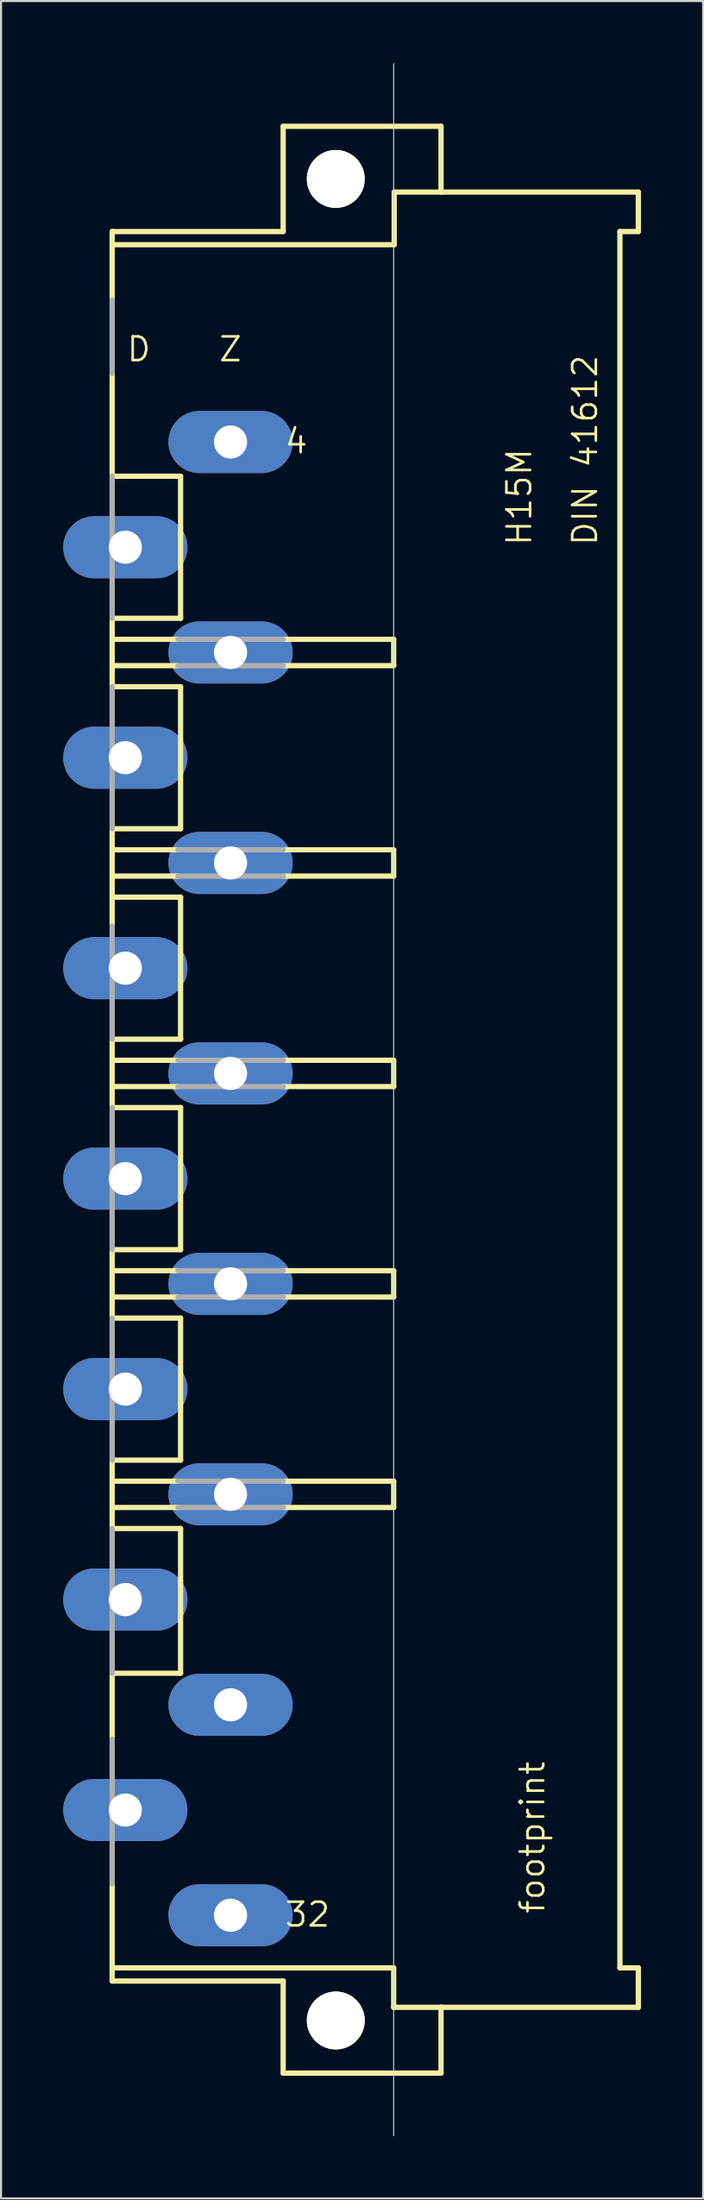
<source format=kicad_pcb>
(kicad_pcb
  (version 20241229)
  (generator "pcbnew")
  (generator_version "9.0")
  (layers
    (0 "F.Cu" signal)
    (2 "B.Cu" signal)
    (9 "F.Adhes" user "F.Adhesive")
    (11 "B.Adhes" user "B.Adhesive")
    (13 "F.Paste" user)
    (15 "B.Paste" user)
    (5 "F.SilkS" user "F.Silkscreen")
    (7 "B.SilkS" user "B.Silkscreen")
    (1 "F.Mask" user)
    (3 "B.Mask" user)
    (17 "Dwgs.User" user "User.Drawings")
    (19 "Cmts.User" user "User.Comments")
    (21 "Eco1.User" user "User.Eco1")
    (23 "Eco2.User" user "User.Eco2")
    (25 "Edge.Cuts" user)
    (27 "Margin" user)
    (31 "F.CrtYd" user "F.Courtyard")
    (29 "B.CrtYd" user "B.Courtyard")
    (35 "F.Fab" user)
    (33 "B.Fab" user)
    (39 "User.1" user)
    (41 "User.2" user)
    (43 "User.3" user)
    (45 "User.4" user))
  (footprint "footprint"
    (layer "F.Cu")
    (at 13.16 50.038)
    (property "Reference" "footprint" (at 10.16 39.37 90) (layer "F.SilkS") (effects (font (size 1.143 1.143) (thickness 0.127)) (justify left bottom)))
    (fp_line (start -10.795 -41.275) (end -10.795 -41.91) (stroke (width 0.254) (type solid)) (layer "F.SilkS"))
    (fp_line (start -10.795 -30.099) (end -10.795 -41.275) (stroke (width 0.254) (type solid)) (layer "F.SilkS"))
    (fp_line (start -10.795 -30.099) (end -7.493 -30.099) (stroke (width 0.254) (type solid)) (layer "F.SilkS"))
    (fp_line (start -10.795 -23.241) (end -7.493 -23.241) (stroke (width 0.254) (type solid)) (layer "F.SilkS"))
    (fp_line (start -10.795 -22.225) (end -10.795 -23.241) (stroke (width 0.254) (type solid)) (layer "F.SilkS"))
    (fp_line (start -10.795 -22.225) (end -7.62 -22.225) (stroke (width 0.254) (type solid)) (layer "F.SilkS"))
    (fp_line (start -10.795 -20.955) (end -10.795 -22.225) (stroke (width 0.254) (type solid)) (layer "F.SilkS"))
    (fp_line (start -10.795 -20.955) (end -7.62 -20.955) (stroke (width 0.254) (type solid)) (layer "F.SilkS"))
    (fp_line (start -10.795 -19.939) (end -10.795 -20.955) (stroke (width 0.254) (type solid)) (layer "F.SilkS"))
    (fp_line (start -10.795 -19.939) (end -7.493 -19.939) (stroke (width 0.254) (type solid)) (layer "F.SilkS"))
    (fp_line (start -10.795 -13.081) (end -7.493 -13.081) (stroke (width 0.254) (type solid)) (layer "F.SilkS"))
    (fp_line (start -10.795 -12.065) (end -10.795 -13.081) (stroke (width 0.254) (type solid)) (layer "F.SilkS"))
    (fp_line (start -10.795 -12.065) (end -7.62 -12.065) (stroke (width 0.254) (type solid)) (layer "F.SilkS"))
    (fp_line (start -10.795 -10.795) (end -10.795 -12.065) (stroke (width 0.254) (type solid)) (layer "F.SilkS"))
    (fp_line (start -10.795 -10.795) (end -7.62 -10.795) (stroke (width 0.254) (type solid)) (layer "F.SilkS"))
    (fp_line (start -10.795 -9.779) (end -10.795 -10.795) (stroke (width 0.254) (type solid)) (layer "F.SilkS"))
    (fp_line (start -10.795 -9.779) (end -10.795 -8.382) (stroke (width 0.254) (type solid)) (layer "F.SilkS"))
    (fp_line (start -10.795 -9.779) (end -7.493 -9.779) (stroke (width 0.254) (type solid)) (layer "F.SilkS"))
    (fp_line (start -10.795 -2.921) (end -7.493 -2.921) (stroke (width 0.254) (type solid)) (layer "F.SilkS"))
    (fp_line (start -10.795 -1.905) (end -10.795 -2.921) (stroke (width 0.254) (type solid)) (layer "F.SilkS"))
    (fp_line (start -10.795 -1.905) (end -7.62 -1.905) (stroke (width 0.254) (type solid)) (layer "F.SilkS"))
    (fp_line (start -10.795 -0.635) (end -10.795 -1.905) (stroke (width 0.254) (type solid)) (layer "F.SilkS"))
    (fp_line (start -10.795 -0.635) (end -7.62 -0.635) (stroke (width 0.254) (type solid)) (layer "F.SilkS"))
    (fp_line (start -10.795 0.381) (end -10.795 -0.635) (stroke (width 0.254) (type solid)) (layer "F.SilkS"))
    (fp_line (start -10.795 0.381) (end -7.493 0.381) (stroke (width 0.254) (type solid)) (layer "F.SilkS"))
    (fp_line (start -10.795 7.239) (end -7.493 7.239) (stroke (width 0.254) (type solid)) (layer "F.SilkS"))
    (fp_line (start -10.795 8.255) (end -10.795 7.239) (stroke (width 0.254) (type solid)) (layer "F.SilkS"))
    (fp_line (start -10.795 8.255) (end -7.62 8.255) (stroke (width 0.254) (type solid)) (layer "F.SilkS"))
    (fp_line (start -10.795 9.525) (end -10.795 8.255) (stroke (width 0.254) (type solid)) (layer "F.SilkS"))
    (fp_line (start -10.795 9.525) (end -7.62 9.525) (stroke (width 0.254) (type solid)) (layer "F.SilkS"))
    (fp_line (start -10.795 10.541) (end -10.795 9.525) (stroke (width 0.254) (type solid)) (layer "F.SilkS"))
    (fp_line (start -10.795 10.541) (end -7.493 10.541) (stroke (width 0.254) (type solid)) (layer "F.SilkS"))
    (fp_line (start -10.795 17.399) (end -7.493 17.399) (stroke (width 0.254) (type solid)) (layer "F.SilkS"))
    (fp_line (start -10.795 18.415) (end -10.795 17.399) (stroke (width 0.254) (type solid)) (layer "F.SilkS"))
    (fp_line (start -10.795 18.415) (end -7.62 18.415) (stroke (width 0.254) (type solid)) (layer "F.SilkS"))
    (fp_line (start -10.795 19.685) (end -10.795 18.415) (stroke (width 0.254) (type solid)) (layer "F.SilkS"))
    (fp_line (start -10.795 19.685) (end -7.62 19.685) (stroke (width 0.254) (type solid)) (layer "F.SilkS"))
    (fp_line (start -10.795 20.701) (end -10.795 19.685) (stroke (width 0.254) (type solid)) (layer "F.SilkS"))
    (fp_line (start -10.795 20.701) (end -7.493 20.701) (stroke (width 0.254) (type solid)) (layer "F.SilkS"))
    (fp_line (start -10.795 27.686) (end -7.493 27.686) (stroke (width 0.254) (type solid)) (layer "F.SilkS"))
    (fp_line (start -10.795 30.861) (end -10.795 27.686) (stroke (width 0.254) (type solid)) (layer "F.SilkS"))
    (fp_line (start -10.795 41.91) (end -10.795 37.846) (stroke (width 0.254) (type solid)) (layer "F.SilkS"))
    (fp_line (start -10.795 41.91) (end 2.794 41.91) (stroke (width 0.254) (type solid)) (layer "F.SilkS"))
    (fp_line (start -10.795 42.545) (end -10.795 41.91) (stroke (width 0.254) (type solid)) (layer "F.SilkS"))
    (fp_line (start -7.493 -23.241) (end -7.493 -30.099) (stroke (width 0.254) (type solid)) (layer "F.SilkS"))
    (fp_line (start -7.493 -13.081) (end -7.493 -19.939) (stroke (width 0.254) (type solid)) (layer "F.SilkS"))
    (fp_line (start -7.493 -2.921) (end -7.493 -9.779) (stroke (width 0.254) (type solid)) (layer "F.SilkS"))
    (fp_line (start -7.493 7.239) (end -7.493 0.381) (stroke (width 0.254) (type solid)) (layer "F.SilkS"))
    (fp_line (start -7.493 17.399) (end -7.493 10.541) (stroke (width 0.254) (type solid)) (layer "F.SilkS"))
    (fp_line (start -7.493 27.686) (end -7.493 20.701) (stroke (width 0.254) (type solid)) (layer "F.SilkS"))
    (fp_line (start -2.54 -46.99) (end -2.54 -41.91) (stroke (width 0.254) (type solid)) (layer "F.SilkS"))
    (fp_line (start -2.54 -46.99) (end 5.08 -46.99) (stroke (width 0.254) (type solid)) (layer "F.SilkS"))
    (fp_line (start -2.54 -41.91) (end -10.795 -41.91) (stroke (width 0.254) (type solid)) (layer "F.SilkS"))
    (fp_line (start -2.54 -22.225) (end 2.794 -22.225) (stroke (width 0.254) (type solid)) (layer "F.SilkS"))
    (fp_line (start -2.54 -20.955) (end 2.794 -20.955) (stroke (width 0.254) (type solid)) (layer "F.SilkS"))
    (fp_line (start -2.54 -12.065) (end 2.794 -12.065) (stroke (width 0.254) (type solid)) (layer "F.SilkS"))
    (fp_line (start -2.54 -10.795) (end 2.794 -10.795) (stroke (width 0.254) (type solid)) (layer "F.SilkS"))
    (fp_line (start -2.54 -1.905) (end 2.794 -1.905) (stroke (width 0.254) (type solid)) (layer "F.SilkS"))
    (fp_line (start -2.54 -0.635) (end 2.794 -0.635) (stroke (width 0.254) (type solid)) (layer "F.SilkS"))
    (fp_line (start -2.54 8.255) (end 2.794 8.255) (stroke (width 0.254) (type solid)) (layer "F.SilkS"))
    (fp_line (start -2.54 9.525) (end 2.794 9.525) (stroke (width 0.254) (type solid)) (layer "F.SilkS"))
    (fp_line (start -2.54 18.415) (end 2.794 18.415) (stroke (width 0.254) (type solid)) (layer "F.SilkS"))
    (fp_line (start -2.54 19.685) (end 2.794 19.685) (stroke (width 0.254) (type solid)) (layer "F.SilkS"))
    (fp_line (start -2.54 42.545) (end -10.795 42.545) (stroke (width 0.254) (type solid)) (layer "F.SilkS"))
    (fp_line (start -2.54 42.545) (end -2.54 46.99) (stroke (width 0.254) (type solid)) (layer "F.SilkS"))
    (fp_line (start -2.54 46.99) (end 5.08 46.99) (stroke (width 0.254) (type solid)) (layer "F.SilkS"))
    (fp_line (start 2.794 -22.225) (end 2.794 -20.955) (stroke (width 0.254) (type solid)) (layer "F.SilkS"))
    (fp_line (start 2.794 -12.065) (end 2.794 -10.795) (stroke (width 0.254) (type solid)) (layer "F.SilkS"))
    (fp_line (start 2.794 -1.905) (end 2.794 -0.635) (stroke (width 0.254) (type solid)) (layer "F.SilkS"))
    (fp_line (start 2.794 8.255) (end 2.794 9.525) (stroke (width 0.254) (type solid)) (layer "F.SilkS"))
    (fp_line (start 2.794 18.415) (end 2.794 19.685) (stroke (width 0.254) (type solid)) (layer "F.SilkS"))
    (fp_line (start 2.794 41.91) (end 2.794 43.815) (stroke (width 0.254) (type solid)) (layer "F.SilkS"))
    (fp_line (start 2.794 43.815) (end 5.08 43.815) (stroke (width 0.254) (type solid)) (layer "F.SilkS"))
    (fp_line (start 2.819 -41.275) (end -10.795 -41.275) (stroke (width 0.254) (type solid)) (layer "F.SilkS"))
    (fp_line (start 2.819 -41.275) (end 2.819 -43.815) (stroke (width 0.254) (type solid)) (layer "F.SilkS"))
    (fp_line (start 5.08 -46.99) (end 5.08 -43.815) (stroke (width 0.254) (type solid)) (layer "F.SilkS"))
    (fp_line (start 5.08 -43.815) (end 2.819 -43.815) (stroke (width 0.254) (type solid)) (layer "F.SilkS"))
    (fp_line (start 5.08 -43.815) (end 14.605 -43.815) (stroke (width 0.254) (type solid)) (layer "F.SilkS"))
    (fp_line (start 5.08 43.815) (end 14.605 43.815) (stroke (width 0.254) (type solid)) (layer "F.SilkS"))
    (fp_line (start 5.08 46.99) (end 5.08 43.815) (stroke (width 0.254) (type solid)) (layer "F.SilkS"))
    (fp_line (start 13.716 -41.91) (end 13.716 41.91) (stroke (width 0.254) (type solid)) (layer "F.SilkS"))
    (fp_line (start 13.716 -41.91) (end 14.605 -41.91) (stroke (width 0.254) (type solid)) (layer "F.SilkS"))
    (fp_line (start 13.716 41.91) (end 14.605 41.91) (stroke (width 0.254) (type solid)) (layer "F.SilkS"))
    (fp_line (start 14.605 -43.815) (end 14.605 -41.91) (stroke (width 0.254) (type solid)) (layer "F.SilkS"))
    (fp_line (start 14.605 43.815) (end 14.605 41.91) (stroke (width 0.254) (type solid)) (layer "F.SilkS"))
    (fp_circle (center 0 -44.45) (end 1.27 -44.45) (stroke (width 0.254) (type solid)) (fill no) (layer "F.SilkS"))
    (fp_circle (center 0 44.45) (end 1.27 44.45) (stroke (width 0.254) (type solid)) (fill no) (layer "F.SilkS"))
    (fp_line (start 2.794 50.013) (end 2.794 -50.013) (stroke (width 0.05) (type solid)) (layer "Edge.Cuts"))
    (fp_line (start -10.795 -35.052) (end -10.795 -38.608) (stroke (width 0.254) (type solid)) (layer "F.Fab"))
    (fp_line (start -10.795 -23.241) (end -10.795 -30.099) (stroke (width 0.254) (type solid)) (layer "F.Fab"))
    (fp_line (start -10.795 -13.081) (end -10.795 -19.939) (stroke (width 0.254) (type solid)) (layer "F.Fab"))
    (fp_line (start -10.795 -2.921) (end -10.795 -8.382) (stroke (width 0.254) (type solid)) (layer "F.Fab"))
    (fp_line (start -10.795 7.239) (end -10.795 0.381) (stroke (width 0.254) (type solid)) (layer "F.Fab"))
    (fp_line (start -10.795 17.399) (end -10.795 10.541) (stroke (width 0.254) (type solid)) (layer "F.Fab"))
    (fp_line (start -10.795 27.686) (end -10.795 20.701) (stroke (width 0.254) (type solid)) (layer "F.Fab"))
    (fp_line (start -10.795 37.846) (end -10.795 30.861) (stroke (width 0.254) (type solid)) (layer "F.Fab"))
    (fp_line (start -7.62 -22.225) (end -2.54 -22.225) (stroke (width 0.254) (type solid)) (layer "F.Fab"))
    (fp_line (start -7.62 -20.955) (end -2.54 -20.955) (stroke (width 0.254) (type solid)) (layer "F.Fab"))
    (fp_line (start -7.62 -12.065) (end -2.54 -12.065) (stroke (width 0.254) (type solid)) (layer "F.Fab"))
    (fp_line (start -7.62 -10.795) (end -2.54 -10.795) (stroke (width 0.254) (type solid)) (layer "F.Fab"))
    (fp_line (start -7.62 -1.905) (end -2.54 -1.905) (stroke (width 0.254) (type solid)) (layer "F.Fab"))
    (fp_line (start -7.62 -0.635) (end -2.54 -0.635) (stroke (width 0.254) (type solid)) (layer "F.Fab"))
    (fp_line (start -7.62 8.255) (end -2.54 8.255) (stroke (width 0.254) (type solid)) (layer "F.Fab"))
    (fp_line (start -7.62 9.525) (end -2.54 9.525) (stroke (width 0.254) (type solid)) (layer "F.Fab"))
    (fp_line (start -7.62 18.415) (end -2.54 18.415) (stroke (width 0.254) (type solid)) (layer "F.Fab"))
    (fp_line (start -7.62 19.685) (end -2.54 19.685) (stroke (width 0.254) (type solid)) (layer "F.Fab"))
    (fp_text user "Z" (at -5.715 -35.56 0) (layer "F.SilkS") (effects (font (size 1.143 1.143) (thickness 0.127)) (justify left bottom)))
    (fp_text user "DIN 41612" (at 12.7 -26.67 90) (layer "F.SilkS") (effects (font (size 1.143 1.143) (thickness 0.127)) (justify left bottom)))
    (fp_text user "H15M" (at 9.525 -26.67 90) (layer "F.SilkS") (effects (font (size 1.143 1.143) (thickness 0.127)) (justify left bottom)))
    (fp_text user "4" (at -2.54 -31.115 0) (layer "F.SilkS") (effects (font (size 1.143 1.143) (thickness 0.127)) (justify left bottom)))
    (fp_text user "D" (at -10.16 -35.56 0) (layer "F.SilkS") (effects (font (size 1.143 1.143) (thickness 0.127)) (justify left bottom)))
    (fp_text user "32" (at -2.54 40.005 0) (layer "F.SilkS") (effects (font (size 1.143 1.143) (thickness 0.127)) (justify left bottom)))
    (pad "" np_thru_hole circle (at 0 -44.45) (size 2.794 2.794) (drill 2.794) (layers "*.Cu" "*.Mask"))
    (pad "" np_thru_hole circle (at 0 44.45) (size 2.794 2.794) (drill 2.794) (layers "*.Cu" "*.Mask"))
    (pad "D6" thru_hole oval (at -10.16 -26.67) (size 6 3) (drill 1.6) (layers "*.Cu" "*.Mask"))
    (pad "D10" thru_hole oval (at -10.16 -16.51) (size 6 3) (drill 1.6) (layers "*.Cu" "*.Mask"))
    (pad "D14" thru_hole oval (at -10.16 -6.35) (size 6 3) (drill 1.6) (layers "*.Cu" "*.Mask"))
    (pad "D18" thru_hole oval (at -10.16 3.81) (size 6 3) (drill 1.6) (layers "*.Cu" "*.Mask"))
    (pad "D22" thru_hole oval (at -10.16 13.97) (size 6 3) (drill 1.6) (layers "*.Cu" "*.Mask"))
    (pad "D26" thru_hole oval (at -10.16 24.13) (size 6 3) (drill 1.6) (layers "*.Cu" "*.Mask"))
    (pad "D30" thru_hole oval (at -10.16 34.29) (size 6 3) (drill 1.6) (layers "*.Cu" "*.Mask"))
    (pad "Z4" thru_hole oval (at -5.08 -31.75) (size 6 3) (drill 1.6) (layers "*.Cu" "*.Mask"))
    (pad "Z8" thru_hole oval (at -5.08 -21.59) (size 6 3) (drill 1.6) (layers "*.Cu" "*.Mask"))
    (pad "Z12" thru_hole oval (at -5.08 -11.43) (size 6 3) (drill 1.6) (layers "*.Cu" "*.Mask"))
    (pad "Z16" thru_hole oval (at -5.08 -1.27) (size 6 3) (drill 1.6) (layers "*.Cu" "*.Mask"))
    (pad "Z20" thru_hole oval (at -5.08 8.89) (size 6 3) (drill 1.6) (layers "*.Cu" "*.Mask"))
    (pad "Z24" thru_hole oval (at -5.08 19.05) (size 6 3) (drill 1.6) (layers "*.Cu" "*.Mask"))
    (pad "Z28" thru_hole oval (at -5.08 29.21) (size 6 3) (drill 1.6) (layers "*.Cu" "*.Mask"))
    (pad "Z32" thru_hole oval (at -5.08 39.37) (size 6 3) (drill 1.6) (layers "*.Cu" "*.Mask"))
    (zone (net_name "") (layers "F.Cu" "B.Cu") (hatch edge 0.508) (connect_pads) (min_thickness 0.254) (filled_areas_thickness no) (keepout (tracks allowed) (vias not_allowed) (pads allowed) (copperpour allowed) (footprints allowed)) (placement (enabled no)) (fill) (polygon (pts (xy 15.573 5.588) (xy 15.536 5.169) (xy 15.427 4.762) (xy 15.25 4.381) (xy 15.008 4.037) (xy 14.711 3.739) (xy 14.367 3.498) (xy 13.985 3.32) (xy 13.579 3.211) (xy 13.16 3.175) (xy 12.741 3.211) (xy 12.335 3.32) (xy 11.954 3.498) (xy 11.609 3.739) (xy 11.312 4.037) (xy 11.07 4.381) (xy 10.893 4.762) (xy 10.784 5.169) (xy 10.747 5.588) (xy 10.784 6.007) (xy 10.893 6.413) (xy 11.07 6.794) (xy 11.312 7.139) (xy 11.609 7.436) (xy 11.954 7.677) (xy 12.335 7.855) (xy 12.741 7.964) (xy 13.16 8.001) (xy 13.579 7.964) (xy 13.985 7.855) (xy 14.367 7.677) (xy 14.711 7.436) (xy 15.008 7.139) (xy 15.25 6.794) (xy 15.427 6.413) (xy 15.536 6.007))) (polygon (pts (xy 15.319 5.588) (xy 15.286 5.213) (xy 15.189 4.849) (xy 15.03 4.508) (xy 14.814 4.2) (xy 14.548 3.934) (xy 14.239 3.718) (xy 13.898 3.559) (xy 13.535 3.461) (xy 13.16 3.429) (xy 12.785 3.461) (xy 12.422 3.559) (xy 12.081 3.718) (xy 11.772 3.934) (xy 11.506 4.2) (xy 11.29 4.508) (xy 11.131 4.849) (xy 11.034 5.213) (xy 11.001 5.588) (xy 11.034 5.963) (xy 11.131 6.326) (xy 11.29 6.667) (xy 11.506 6.975) (xy 11.772 7.241) (xy 12.081 7.457) (xy 12.422 7.616) (xy 12.785 7.714) (xy 13.16 7.747) (xy 13.535 7.714) (xy 13.898 7.616) (xy 14.239 7.457) (xy 14.548 7.241) (xy 14.814 6.975) (xy 15.03 6.667) (xy 15.189 6.326) (xy 15.286 5.963))))
    (zone (net_name "") (layers "F.Cu" "B.Cu") (hatch edge 0.508) (connect_pads) (min_thickness 0.254) (filled_areas_thickness no) (keepout (tracks allowed) (vias not_allowed) (pads allowed) (copperpour allowed) (footprints allowed)) (placement (enabled no)) (fill) (polygon (pts (xy 15.573 94.488) (xy 15.536 94.069) (xy 15.427 93.662) (xy 15.25 93.281) (xy 15.008 92.937) (xy 14.711 92.639) (xy 14.367 92.398) (xy 13.985 92.22) (xy 13.579 92.111) (xy 13.16 92.075) (xy 12.741 92.111) (xy 12.335 92.22) (xy 11.954 92.398) (xy 11.609 92.639) (xy 11.312 92.937) (xy 11.07 93.281) (xy 10.893 93.662) (xy 10.784 94.069) (xy 10.747 94.488) (xy 10.784 94.907) (xy 10.893 95.313) (xy 11.07 95.694) (xy 11.312 96.039) (xy 11.609 96.336) (xy 11.954 96.577) (xy 12.335 96.755) (xy 12.741 96.864) (xy 13.16 96.901) (xy 13.579 96.864) (xy 13.985 96.755) (xy 14.367 96.577) (xy 14.711 96.336) (xy 15.008 96.039) (xy 15.25 95.694) (xy 15.427 95.313) (xy 15.536 94.907))) (polygon (pts (xy 15.319 94.488) (xy 15.286 94.113) (xy 15.189 93.749) (xy 15.03 93.408) (xy 14.814 93.1) (xy 14.548 92.834) (xy 14.239 92.618) (xy 13.898 92.459) (xy 13.535 92.361) (xy 13.16 92.329) (xy 12.785 92.361) (xy 12.422 92.459) (xy 12.081 92.618) (xy 11.772 92.834) (xy 11.506 93.1) (xy 11.29 93.408) (xy 11.131 93.749) (xy 11.034 94.113) (xy 11.001 94.488) (xy 11.034 94.863) (xy 11.131 95.226) (xy 11.29 95.567) (xy 11.506 95.875) (xy 11.772 96.141) (xy 12.081 96.357) (xy 12.422 96.516) (xy 12.785 96.614) (xy 13.16 96.647) (xy 13.535 96.614) (xy 13.898 96.516) (xy 14.239 96.357) (xy 14.548 96.141) (xy 14.814 95.875) (xy 15.03 95.567) (xy 15.189 95.226) (xy 15.286 94.863))))
    (zone (net_name "") (layer "B.Cu") (hatch edge 0.508) (connect_pads) (min_thickness 0.254) (filled_areas_thickness no) (keepout (tracks not_allowed) (vias not_allowed) (pads not_allowed) (copperpour not_allowed) (footprints allowed)) (placement (enabled no)) (fill) (polygon (pts (xy 15.573 5.588) (xy 15.536 5.169) (xy 15.427 4.762) (xy 15.25 4.381) (xy 15.008 4.037) (xy 14.711 3.739) (xy 14.367 3.498) (xy 13.985 3.32) (xy 13.579 3.211) (xy 13.16 3.175) (xy 12.741 3.211) (xy 12.335 3.32) (xy 11.954 3.498) (xy 11.609 3.739) (xy 11.312 4.037) (xy 11.07 4.381) (xy 10.893 4.762) (xy 10.784 5.169) (xy 10.747 5.588) (xy 10.784 6.007) (xy 10.893 6.413) (xy 11.07 6.794) (xy 11.312 7.139) (xy 11.609 7.436) (xy 11.954 7.677) (xy 12.335 7.855) (xy 12.741 7.964) (xy 13.16 8.001) (xy 13.579 7.964) (xy 13.985 7.855) (xy 14.367 7.677) (xy 14.711 7.436) (xy 15.008 7.139) (xy 15.25 6.794) (xy 15.427 6.413) (xy 15.536 6.007))) (polygon (pts (xy 15.319 5.588) (xy 15.286 5.213) (xy 15.189 4.849) (xy 15.03 4.508) (xy 14.814 4.2) (xy 14.548 3.934) (xy 14.239 3.718) (xy 13.898 3.559) (xy 13.535 3.461) (xy 13.16 3.429) (xy 12.785 3.461) (xy 12.422 3.559) (xy 12.081 3.718) (xy 11.772 3.934) (xy 11.506 4.2) (xy 11.29 4.508) (xy 11.131 4.849) (xy 11.034 5.213) (xy 11.001 5.588) (xy 11.034 5.963) (xy 11.131 6.326) (xy 11.29 6.667) (xy 11.506 6.975) (xy 11.772 7.241) (xy 12.081 7.457) (xy 12.422 7.616) (xy 12.785 7.714) (xy 13.16 7.747) (xy 13.535 7.714) (xy 13.898 7.616) (xy 14.239 7.457) (xy 14.548 7.241) (xy 14.814 6.975) (xy 15.03 6.667) (xy 15.189 6.326) (xy 15.286 5.963))))
    (zone (net_name "") (layer "B.Cu") (hatch edge 0.508) (connect_pads) (min_thickness 0.254) (filled_areas_thickness no) (keepout (tracks not_allowed) (vias not_allowed) (pads not_allowed) (copperpour not_allowed) (footprints allowed)) (placement (enabled no)) (fill) (polygon (pts (xy 15.573 94.488) (xy 15.536 94.069) (xy 15.427 93.662) (xy 15.25 93.281) (xy 15.008 92.937) (xy 14.711 92.639) (xy 14.367 92.398) (xy 13.985 92.22) (xy 13.579 92.111) (xy 13.16 92.075) (xy 12.741 92.111) (xy 12.335 92.22) (xy 11.954 92.398) (xy 11.609 92.639) (xy 11.312 92.937) (xy 11.07 93.281) (xy 10.893 93.662) (xy 10.784 94.069) (xy 10.747 94.488) (xy 10.784 94.907) (xy 10.893 95.313) (xy 11.07 95.694) (xy 11.312 96.039) (xy 11.609 96.336) (xy 11.954 96.577) (xy 12.335 96.755) (xy 12.741 96.864) (xy 13.16 96.901) (xy 13.579 96.864) (xy 13.985 96.755) (xy 14.367 96.577) (xy 14.711 96.336) (xy 15.008 96.039) (xy 15.25 95.694) (xy 15.427 95.313) (xy 15.536 94.907))) (polygon (pts (xy 15.319 94.488) (xy 15.286 94.113) (xy 15.189 93.749) (xy 15.03 93.408) (xy 14.814 93.1) (xy 14.548 92.834) (xy 14.239 92.618) (xy 13.898 92.459) (xy 13.535 92.361) (xy 13.16 92.329) (xy 12.785 92.361) (xy 12.422 92.459) (xy 12.081 92.618) (xy 11.772 92.834) (xy 11.506 93.1) (xy 11.29 93.408) (xy 11.131 93.749) (xy 11.034 94.113) (xy 11.001 94.488) (xy 11.034 94.863) (xy 11.131 95.226) (xy 11.29 95.567) (xy 11.506 95.875) (xy 11.772 96.141) (xy 12.081 96.357) (xy 12.422 96.516) (xy 12.785 96.614) (xy 13.16 96.647) (xy 13.535 96.614) (xy 13.898 96.516) (xy 14.239 96.357) (xy 14.548 96.141) (xy 14.814 95.875) (xy 15.03 95.567) (xy 15.189 95.226) (xy 15.286 94.863)))))
  (gr_rect
    (start -3 -3)
    (end 30.892 103.075)
    (stroke (width 0.1) (type default))
    (fill no)
    (layer "Edge.Cuts")))
</source>
